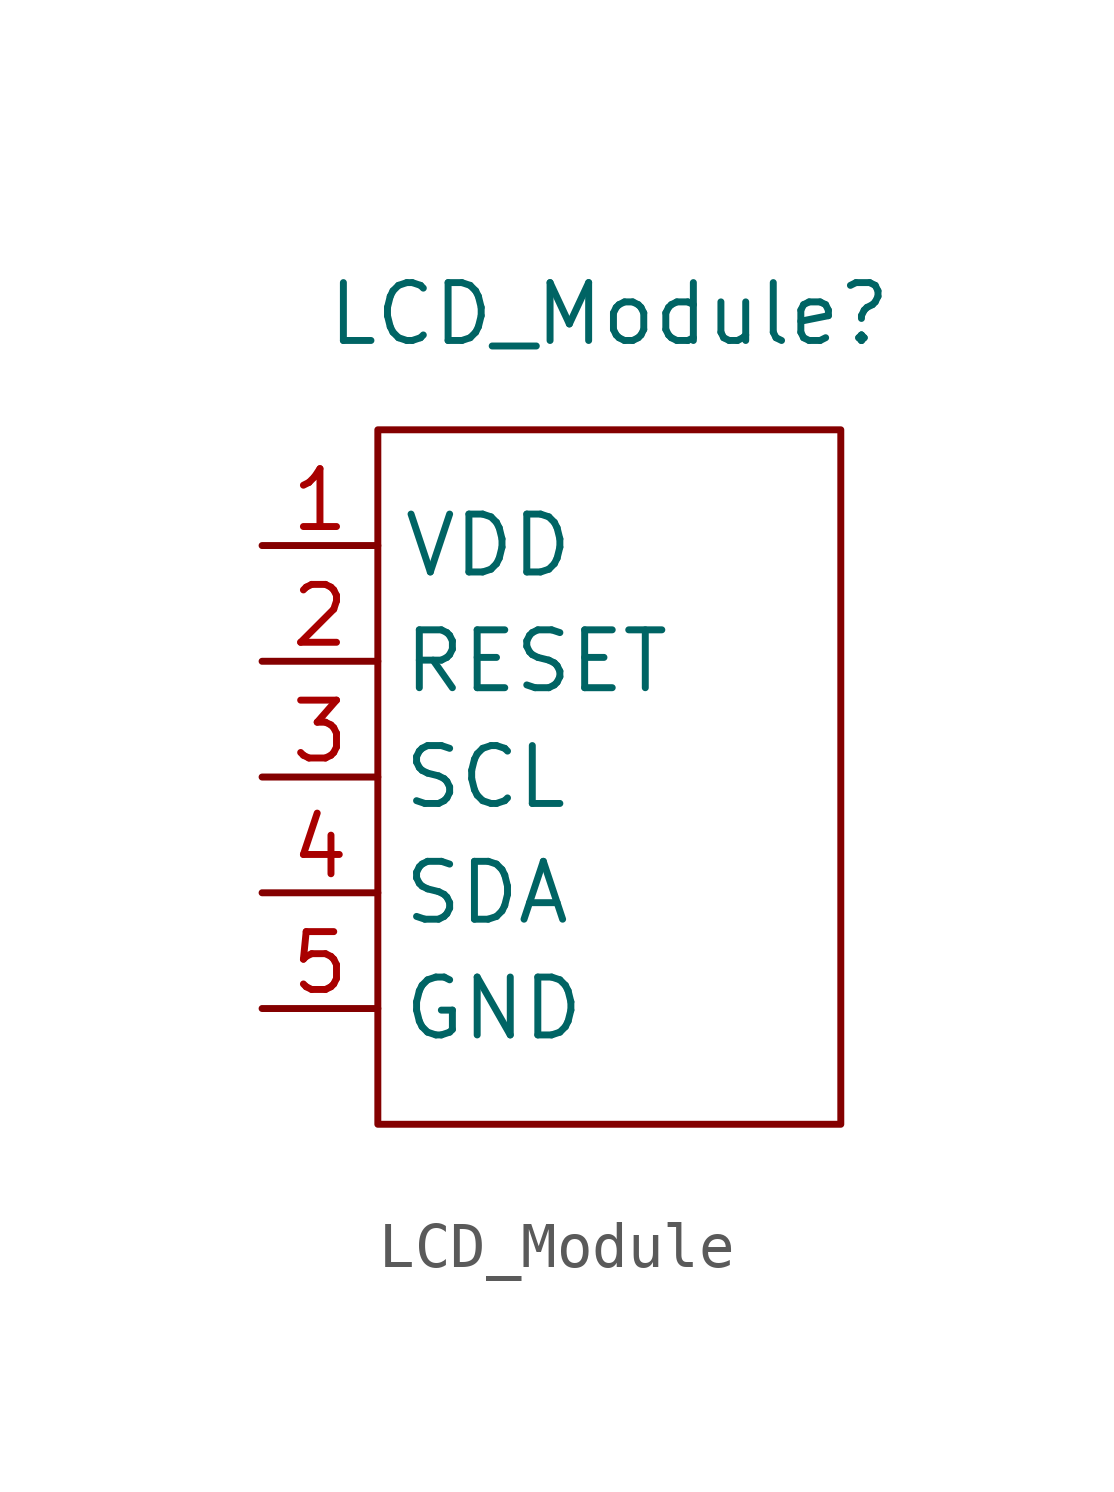
<source format=kicad_sym>
(kicad_symbol_lib
  (version 20220914)
  (generator kicad_symbol_editor)
  (symbol "LCD_Module"
    (property "Reference" "LCD_Module"
      (at 0 10.16 0)
      (effects (font (size 1.27 1.27))))
    (property "Value" ""
      (at 0 10.16 0)
      (effects (font (size 1.27 1.27))))
    (symbol "LCD_Module_0_1"
      (rectangle (start -5.08 7.62) (end 5.08 -7.62) (stroke (width 0) (type default)) (fill (type none))))
    (symbol "LCD_Module_1_1"
      (pin input line (at -7.62 5.08 0) (length 2.54) (name "VDD" (effects (font (size 1.27 1.27)))) (number "1" (effects (font (size 1.27 1.27)))))
      (pin input line (at -7.62 2.54 0) (length 2.54) (name "RESET" (effects (font (size 1.27 1.27)))) (number "2" (effects (font (size 1.27 1.27)))))
      (pin input line (at -7.62 0 0) (length 2.54) (name "SCL" (effects (font (size 1.27 1.27)))) (number "3" (effects (font (size 1.27 1.27)))))
      (pin input line (at -7.62 -2.54 0) (length 2.54) (name "SDA" (effects (font (size 1.27 1.27)))) (number "4" (effects (font (size 1.27 1.27)))))
      (pin input line (at -7.62 -5.08 0) (length 2.54) (name "GND" (effects (font (size 1.27 1.27)))) (number "5" (effects (font (size 1.27 1.27))))))))
</source>
